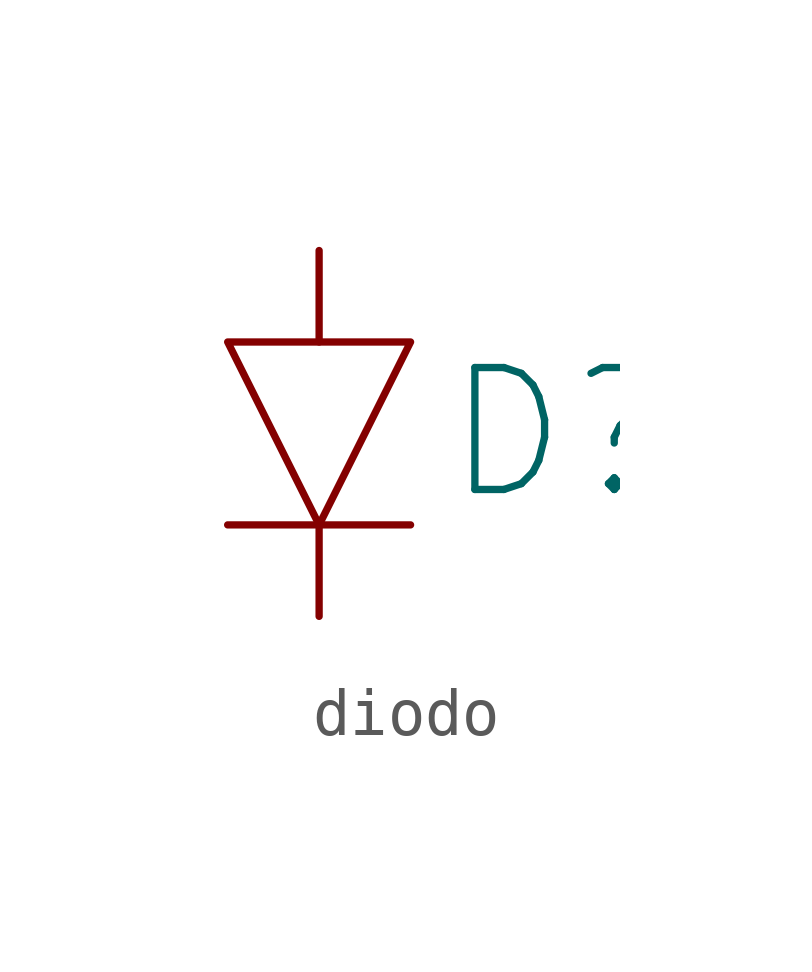
<source format=kicad_sym>
(kicad_symbol_lib
  (version 20211014)
  (generator kicad_symbol_editor)
  (symbol "diodo"
    (pin_names
      (offset 1.016))
    (property "Reference" "D"
      (at 2.54 -3.81 0)
      (effects (font (size 2.54 2.54)) (justify left)))
    (symbol "diodo_0_1"
      (polyline (pts (xy 1.905 -5.715) (xy -1.905 -5.715)) (stroke (width 0) (type default) (color 0 0 0 0)) (fill (type none)))
      (polyline (pts (xy 1.905 -1.905) (xy -1.905 -1.905) (xy 0 -5.715) (xy 1.905 -1.905)) (stroke (width 0) (type default) (color 0 0 0 0)) (fill (type none))))
    (symbol "diodo_1_1"
      (pin input line (at 0 -7.62 90) (length 1.905) (name "~" (effects (font (size 1.27 1.27)))) (number "~" (effects (font (size 1.143 1.143)))))
      (pin input line (at 0 0 270) (length 1.905) (name "~" (effects (font (size 1.27 1.27)))) (number "~" (effects (font (size 1.143 1.143))))))))
</source>
